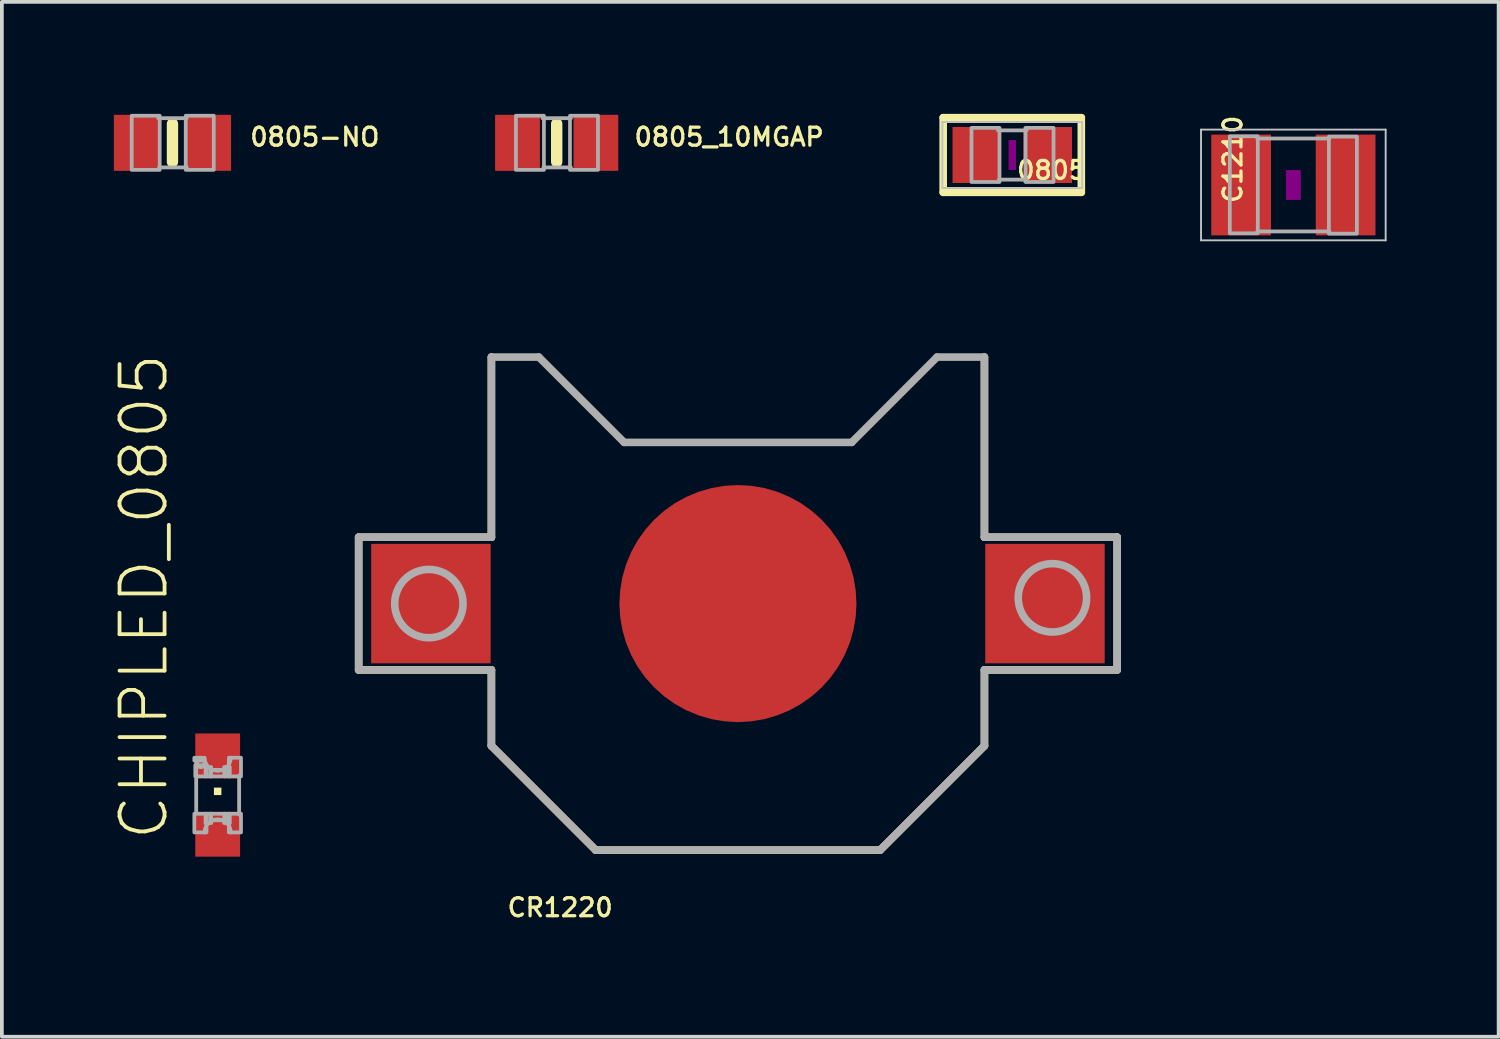
<source format=kicad_pcb>
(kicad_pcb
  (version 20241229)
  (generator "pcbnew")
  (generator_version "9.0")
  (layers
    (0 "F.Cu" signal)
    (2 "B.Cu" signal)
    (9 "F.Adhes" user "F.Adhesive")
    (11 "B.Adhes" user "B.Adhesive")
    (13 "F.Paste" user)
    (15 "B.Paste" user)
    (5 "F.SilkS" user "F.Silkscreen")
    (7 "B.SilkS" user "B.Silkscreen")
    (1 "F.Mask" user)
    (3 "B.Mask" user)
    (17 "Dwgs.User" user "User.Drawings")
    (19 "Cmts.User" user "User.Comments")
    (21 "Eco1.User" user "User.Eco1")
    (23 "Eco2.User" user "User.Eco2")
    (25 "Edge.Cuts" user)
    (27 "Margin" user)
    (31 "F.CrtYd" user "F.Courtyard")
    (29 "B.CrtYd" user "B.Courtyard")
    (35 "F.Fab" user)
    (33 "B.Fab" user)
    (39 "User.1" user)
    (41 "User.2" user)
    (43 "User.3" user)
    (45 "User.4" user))
  (footprint "0805"
    (layer "F.Cu")
    (at 24.067 1.102)
    (property "Reference" "0805" (at 2.032 0.127 180) (layer "F.SilkS") (effects (font (size 0.483 0.483) (thickness 0.087)) (justify right top)))
    (attr through_hole)
    (fp_line (start -1.85 -1) (end 1.85 -1) (stroke (width 0.203) (type solid)) (layer "F.SilkS"))
    (fp_line (start -1.85 1) (end -1.85 -1) (stroke (width 0.203) (type solid)) (layer "F.SilkS"))
    (fp_line (start 1.85 -1) (end 1.85 1) (stroke (width 0.203) (type solid)) (layer "F.SilkS"))
    (fp_line (start 1.85 1) (end -1.85 1) (stroke (width 0.203) (type solid)) (layer "F.SilkS"))
    (fp_poly (pts (xy -0.1 0.4) (xy 0.1 0.4) (xy 0.1 -0.4) (xy -0.1 -0.4)) (stroke (width 0) (type solid)) (fill yes) (layer "F.Adhes"))
    (fp_line (start -1.873 -0.883) (end 1.873 -0.883) (stroke (width 0.051) (type solid)) (layer "Dwgs.User"))
    (fp_line (start -1.873 0.883) (end -1.873 -0.883) (stroke (width 0.051) (type solid)) (layer "Dwgs.User"))
    (fp_line (start 1.873 -0.883) (end 1.873 0.883) (stroke (width 0.051) (type solid)) (layer "Dwgs.User"))
    (fp_line (start 1.873 0.883) (end -1.873 0.883) (stroke (width 0.051) (type solid)) (layer "Dwgs.User"))
    (fp_line (start -0.381 -0.66) (end 0.381 -0.66) (stroke (width 0.102) (type solid)) (layer "F.Fab"))
    (fp_line (start -0.356 0.66) (end 0.381 0.66) (stroke (width 0.102) (type solid)) (layer "F.Fab"))
    (fp_poly (pts (xy -1.092 0.724) (xy -0.342 0.724) (xy -0.342 -0.726) (xy -1.092 -0.726)) (stroke (width 0.1) (type solid)) (fill no) (layer "F.Fab"))
    (fp_poly (pts (xy 0.356 0.724) (xy 1.106 0.724) (xy 1.106 -0.726) (xy 0.356 -0.726)) (stroke (width 0.1) (type solid)) (fill no) (layer "F.Fab"))
    (pad "1" smd rect (at -0.95 0) (size 1.3 1.5) (layers "F.Cu" "F.Mask" "F.Paste"))
    (pad "2" smd rect (at 0.95 0) (size 1.3 1.5) (layers "F.Cu" "F.Mask" "F.Paste")))
  (footprint "0805-NO"
    (layer "F.Cu")
    (at 1.57 0.776)
    (property "Reference" "0805-NO" (at 2.032 0.127 0) (layer "F.SilkS") (effects (font (size 0.483 0.483) (thickness 0.087)) (justify left bottom)))
    (attr through_hole)
    (fp_line (start 0 -0.508) (end 0 0.508) (stroke (width 0.305) (type solid)) (layer "F.SilkS"))
    (fp_line (start -0.381 -0.66) (end 0.381 -0.66) (stroke (width 0.102) (type solid)) (layer "F.Fab"))
    (fp_line (start -0.356 0.66) (end 0.381 0.66) (stroke (width 0.102) (type solid)) (layer "F.Fab"))
    (fp_poly (pts (xy -1.092 0.724) (xy -0.342 0.724) (xy -0.342 -0.726) (xy -1.092 -0.726)) (stroke (width 0.1) (type solid)) (fill no) (layer "F.Fab"))
    (fp_poly (pts (xy 0.356 0.724) (xy 1.106 0.724) (xy 1.106 -0.726) (xy 0.356 -0.726)) (stroke (width 0.1) (type solid)) (fill no) (layer "F.Fab"))
    (pad "1" smd rect (at -0.95 0) (size 1.24 1.5) (layers "F.Cu" "F.Mask" "F.Paste"))
    (pad "2" smd rect (at 0.95 0) (size 1.24 1.5) (layers "F.Cu" "F.Mask" "F.Paste")))
  (footprint "CHIPLED_0805"
    (layer "F.Cu")
    (at 2.781 18.249)
    (property "Reference" "CHIPLED_0805" (at -1.27 1.27 90) (layer "F.SilkS") (effects (font (size 1.206 1.206) (thickness 0.102)) (justify left bottom)))
    (attr through_hole)
    (fp_poly (pts (xy -0.1 0) (xy 0.1 0) (xy 0.1 -0.2) (xy -0.1 -0.2)) (stroke (width 0) (type solid)) (fill yes) (layer "F.SilkS"))
    (fp_line (start -0.575 0.5) (end -0.575 -0.925) (stroke (width 0.102) (type solid)) (layer "F.Fab"))
    (fp_line (start 0.575 -0.525) (end 0.575 0.525) (stroke (width 0.102) (type solid)) (layer "F.Fab"))
    (fp_arc (start -0.35 1) (mid 0 0.65) (end 0.35 1) (stroke (width 0.1016) (type solid)) (layer "F.Fab"))
    (fp_arc (start 0.35 -1) (mid 0 -0.65) (end -0.35 -1) (stroke (width 0.1016) (type solid)) (layer "F.Fab"))
    (fp_circle (center -0.45 -0.85) (end -0.347 -0.85) (stroke (width 0.102) (type solid)) (fill no) (layer "F.Fab"))
    (fp_poly (pts (xy -0.625 -0.925) (xy -0.4 -0.925) (xy -0.4 -1) (xy -0.625 -1)) (stroke (width 0.1) (type solid)) (fill no) (layer "F.Fab"))
    (fp_poly (pts (xy -0.625 1) (xy -0.3 1) (xy -0.3 0.5) (xy -0.625 0.5)) (stroke (width 0.1) (type solid)) (fill no) (layer "F.Fab"))
    (fp_poly (pts (xy -0.6 -0.5) (xy -0.3 -0.5) (xy -0.3 -0.8) (xy -0.6 -0.8)) (stroke (width 0.1) (type solid)) (fill no) (layer "F.Fab"))
    (fp_poly (pts (xy -0.325 -0.5) (xy -0.175 -0.5) (xy -0.175 -0.75) (xy -0.325 -0.75)) (stroke (width 0.1) (type solid)) (fill no) (layer "F.Fab"))
    (fp_poly (pts (xy -0.325 0.75) (xy -0.175 0.75) (xy -0.175 0.5) (xy -0.325 0.5)) (stroke (width 0.1) (type solid)) (fill no) (layer "F.Fab"))
    (fp_poly (pts (xy -0.2 -0.5) (xy 0.2 -0.5) (xy 0.2 -0.675) (xy -0.2 -0.675)) (stroke (width 0.1) (type solid)) (fill no) (layer "F.Fab"))
    (fp_poly (pts (xy -0.2 0.675) (xy 0.2 0.675) (xy 0.2 0.5) (xy -0.2 0.5)) (stroke (width 0.1) (type solid)) (fill no) (layer "F.Fab"))
    (fp_poly (pts (xy 0.175 -0.5) (xy 0.325 -0.5) (xy 0.325 -0.75) (xy 0.175 -0.75)) (stroke (width 0.1) (type solid)) (fill no) (layer "F.Fab"))
    (fp_poly (pts (xy 0.175 0.75) (xy 0.325 0.75) (xy 0.325 0.5) (xy 0.175 0.5)) (stroke (width 0.1) (type solid)) (fill no) (layer "F.Fab"))
    (fp_poly (pts (xy 0.3 -0.5) (xy 0.625 -0.5) (xy 0.625 -1) (xy 0.3 -1)) (stroke (width 0.1) (type solid)) (fill no) (layer "F.Fab"))
    (fp_poly (pts (xy 0.3 1) (xy 0.625 1) (xy 0.625 0.5) (xy 0.3 0.5)) (stroke (width 0.1) (type solid)) (fill no) (layer "F.Fab"))
    (pad "A" smd rect (at 0 1.05) (size 1.2 1.2) (layers "F.Cu" "F.Mask" "F.Paste"))
    (pad "C" smd rect (at 0 -1.05) (size 1.2 1.2) (layers "F.Cu" "F.Mask" "F.Paste")))
  (footprint "C1210"
    (layer "F.Cu")
    (at 31.597 1.905)
    (property "Reference" "C1210" (at -1.905 -1.905 90) (layer "F.SilkS") (effects (font (size 0.483 0.483) (thickness 0.087)) (justify right top)))
    (attr through_hole)
    (fp_poly (pts (xy -0.2 0.4) (xy 0.2 0.4) (xy 0.2 -0.4) (xy -0.2 -0.4)) (stroke (width 0) (type solid)) (fill yes) (layer "F.Adhes"))
    (fp_line (start -2.473 -1.483) (end 2.473 -1.483) (stroke (width 0.051) (type solid)) (layer "Dwgs.User"))
    (fp_line (start -2.473 1.483) (end -2.473 -1.483) (stroke (width 0.051) (type solid)) (layer "Dwgs.User"))
    (fp_line (start 2.473 -1.483) (end 2.473 1.483) (stroke (width 0.051) (type solid)) (layer "Dwgs.User"))
    (fp_line (start 2.473 1.483) (end -2.473 1.483) (stroke (width 0.051) (type solid)) (layer "Dwgs.User"))
    (fp_line (start -0.965 -1.245) (end 0.965 -1.245) (stroke (width 0.102) (type solid)) (layer "F.Fab"))
    (fp_line (start -0.965 1.245) (end 0.965 1.245) (stroke (width 0.102) (type solid)) (layer "F.Fab"))
    (fp_poly (pts (xy -1.702 1.295) (xy -0.952 1.295) (xy -0.952 -1.304) (xy -1.702 -1.304)) (stroke (width 0.1) (type solid)) (fill no) (layer "F.Fab"))
    (fp_poly (pts (xy 0.952 1.304) (xy 1.702 1.304) (xy 1.702 -1.295) (xy 0.952 -1.295)) (stroke (width 0.1) (type solid)) (fill no) (layer "F.Fab"))
    (pad "1" smd rect (at -1.4 0) (size 1.6 2.7) (layers "F.Cu" "F.Mask" "F.Paste"))
    (pad "2" smd rect (at 1.4 0) (size 1.6 2.7) (layers "F.Cu" "F.Mask" "F.Paste")))
  (footprint "0805_10MGAP"
    (layer "F.Cu")
    (at 11.863 0.776)
    (property "Reference" "0805_10MGAP" (at 2.032 0.127 0) (layer "F.SilkS") (effects (font (size 0.483 0.483) (thickness 0.087)) (justify left bottom)))
    (attr through_hole)
    (fp_line (start 0 -0.508) (end 0 0.508) (stroke (width 0.305) (type solid)) (layer "F.SilkS"))
    (fp_line (start -0.381 -0.66) (end 0.381 -0.66) (stroke (width 0.102) (type solid)) (layer "F.Fab"))
    (fp_line (start -0.356 0.66) (end 0.381 0.66) (stroke (width 0.102) (type solid)) (layer "F.Fab"))
    (fp_poly (pts (xy -1.092 0.724) (xy -0.342 0.724) (xy -0.342 -0.726) (xy -1.092 -0.726)) (stroke (width 0.1) (type solid)) (fill no) (layer "F.Fab"))
    (fp_poly (pts (xy 0.356 0.724) (xy 1.106 0.724) (xy 1.106 -0.726) (xy 0.356 -0.726)) (stroke (width 0.1) (type solid)) (fill no) (layer "F.Fab"))
    (pad "1" smd rect (at -1.05 0) (size 1.2 1.5) (layers "F.Cu" "F.Mask" "F.Paste"))
    (pad "2" smd rect (at 1.05 0) (size 1.2 1.5) (layers "F.Cu" "F.Mask" "F.Paste")))
  (footprint "CR1220"
    (layer "F.Cu")
    (at 16.718 13.119)
    (property "Reference" "CR1220" (at -3.302 7.86 0) (layer "F.SilkS") (effects (font (size 0.483 0.483) (thickness 0.087)) (justify right top)))
    (attr through_hole)
    (fp_circle (center 0 0) (end 6.282 0) (stroke (width 0) (type solid)) (fill yes) (layer "F.Mask"))
    (fp_line (start -10.16 -1.778) (end -10.16 1.778) (stroke (width 0.203) (type solid)) (layer "F.SilkS"))
    (fp_line (start -10.16 1.778) (end -6.604 1.778) (stroke (width 0.203) (type solid)) (layer "F.SilkS"))
    (fp_line (start -6.604 -6.604) (end -6.604 -1.778) (stroke (width 0.203) (type solid)) (layer "F.SilkS"))
    (fp_line (start -6.604 -1.778) (end -10.16 -1.778) (stroke (width 0.203) (type solid)) (layer "F.SilkS"))
    (fp_line (start -6.604 1.778) (end -6.604 3.81) (stroke (width 0.203) (type solid)) (layer "F.SilkS"))
    (fp_line (start -6.604 3.81) (end -3.81 6.604) (stroke (width 0.203) (type solid)) (layer "F.SilkS"))
    (fp_line (start -3.81 6.604) (end 3.81 6.604) (stroke (width 0.203) (type solid)) (layer "F.SilkS"))
    (fp_line (start 3.81 6.604) (end 6.604 3.81) (stroke (width 0.203) (type solid)) (layer "F.SilkS"))
    (fp_line (start 6.604 -1.778) (end 6.604 -6.604) (stroke (width 0.203) (type solid)) (layer "F.SilkS"))
    (fp_line (start 6.604 1.778) (end 10.16 1.778) (stroke (width 0.203) (type solid)) (layer "F.SilkS"))
    (fp_line (start 6.604 3.81) (end 6.604 1.778) (stroke (width 0.203) (type solid)) (layer "F.SilkS"))
    (fp_line (start 10.16 -1.778) (end 6.604 -1.778) (stroke (width 0.203) (type solid)) (layer "F.SilkS"))
    (fp_line (start 10.16 1.778) (end 10.16 -1.778) (stroke (width 0.203) (type solid)) (layer "F.SilkS"))
    (fp_line (start -10.16 -1.778) (end -10.16 1.778) (stroke (width 0.203) (type solid)) (layer "F.Fab"))
    (fp_line (start -10.16 1.778) (end -6.604 1.778) (stroke (width 0.203) (type solid)) (layer "F.Fab"))
    (fp_line (start -6.604 -6.604) (end -6.604 -1.778) (stroke (width 0.203) (type solid)) (layer "F.Fab"))
    (fp_line (start -6.604 -1.778) (end -10.16 -1.778) (stroke (width 0.203) (type solid)) (layer "F.Fab"))
    (fp_line (start -6.604 1.778) (end -6.604 3.81) (stroke (width 0.203) (type solid)) (layer "F.Fab"))
    (fp_line (start -6.604 3.81) (end -3.81 6.604) (stroke (width 0.203) (type solid)) (layer "F.Fab"))
    (fp_line (start -5.334 -6.604) (end -6.604 -6.604) (stroke (width 0.203) (type solid)) (layer "F.Fab"))
    (fp_line (start -3.81 6.604) (end 3.81 6.604) (stroke (width 0.203) (type solid)) (layer "F.Fab"))
    (fp_line (start -3.048 -4.318) (end -5.334 -6.604) (stroke (width 0.203) (type solid)) (layer "F.Fab"))
    (fp_line (start 3.048 -4.318) (end -3.048 -4.318) (stroke (width 0.203) (type solid)) (layer "F.Fab"))
    (fp_line (start 3.81 6.604) (end 6.604 3.81) (stroke (width 0.203) (type solid)) (layer "F.Fab"))
    (fp_line (start 5.334 -6.604) (end 3.048 -4.318) (stroke (width 0.203) (type solid)) (layer "F.Fab"))
    (fp_line (start 6.604 -6.604) (end 5.334 -6.604) (stroke (width 0.203) (type solid)) (layer "F.Fab"))
    (fp_line (start 6.604 -1.778) (end 6.604 -6.604) (stroke (width 0.203) (type solid)) (layer "F.Fab"))
    (fp_line (start 6.604 1.778) (end 10.16 1.778) (stroke (width 0.203) (type solid)) (layer "F.Fab"))
    (fp_line (start 6.604 3.81) (end 6.604 1.778) (stroke (width 0.203) (type solid)) (layer "F.Fab"))
    (fp_line (start 10.16 -1.778) (end 6.604 -1.778) (stroke (width 0.203) (type solid)) (layer "F.Fab"))
    (fp_line (start 10.16 1.778) (end 10.16 -1.778) (stroke (width 0.203) (type solid)) (layer "F.Fab"))
    (fp_circle (center -8.279 0) (end -7.364 0) (stroke (width 0.203) (type solid)) (fill no) (layer "F.Fab"))
    (fp_circle (center 8.425 -0.154) (end 9.341 -0.154) (stroke (width 0.203) (type solid)) (fill no) (layer "F.Fab"))
    (pad "+$1" smd rect (at -8.225 0) (size 3.2 3.2) (layers "F.Cu" "F.Mask" "F.Paste"))
    (pad "+$2" smd rect (at 8.225 0) (size 3.2 3.2) (layers "F.Cu" "F.Mask" "F.Paste"))
    (pad "-" smd roundrect (at 0 0) (size 6.35 6.35) (layers "F.Cu" "F.Mask") (roundrect_rratio 0.5)))
  (gr_rect
    (start -3 -3)
    (end 37.096 24.722)
    (stroke (width 0.1) (type default))
    (fill no)
    (layer "Edge.Cuts")))
</source>
